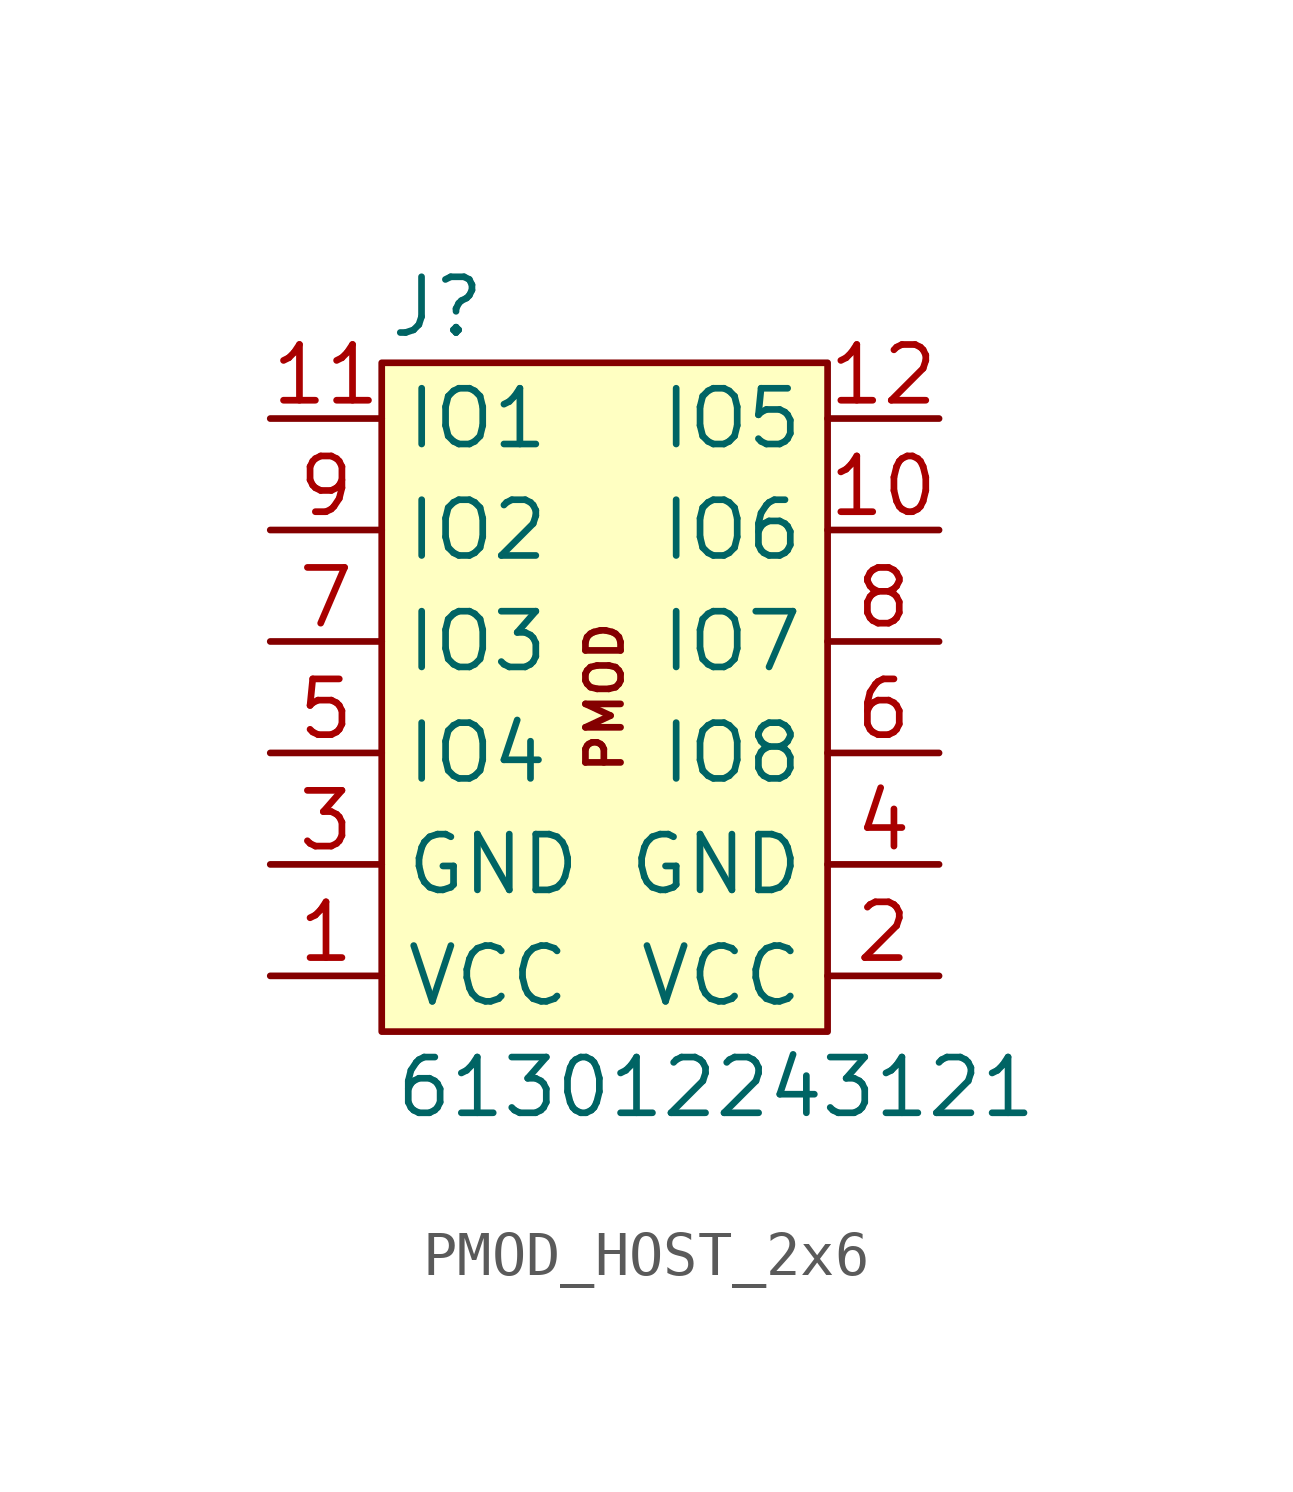
<source format=kicad_sym>
(kicad_symbol_lib
  (version 20220914)
  (generator kicad_symbol_editor)
  (symbol "PMOD_HOST_2x6"
    (property "Reference" "J"
      (at -3.81 12.7 0)
      (effects (font (size 1.27 1.27))))
    (property "Value" "613012243121"
      (at 2.54 -5.08 0)
      (effects (font (size 1.27 1.27))))
    (symbol "PMOD_HOST_2x6_1_1"
      (rectangle (start -5.08 11.43) (end 5.08 -3.81) (stroke (width 0) (type default)) (fill (type background)))
      (text "PMOD" (at 0 3.81 900) (effects (font (size 0.8 0.8))))
      (pin power_in line (at -7.62 -2.54 0) (length 2.54) (name "VCC" (effects (font (size 1.27 1.27)))) (number "1" (effects (font (size 1.27 1.27)))))
      (pin bidirectional line (at 7.62 7.62 180) (length 2.54) (name "IO6" (effects (font (size 1.27 1.27)))) (number "10" (effects (font (size 1.27 1.27)))))
      (pin bidirectional line (at -7.62 10.16 0) (length 2.54) (name "IO1" (effects (font (size 1.27 1.27)))) (number "11" (effects (font (size 1.27 1.27)))))
      (pin bidirectional line (at 7.62 10.16 180) (length 2.54) (name "IO5" (effects (font (size 1.27 1.27)))) (number "12" (effects (font (size 1.27 1.27)))))
      (pin power_in line (at 7.62 -2.54 180) (length 2.54) (name "VCC" (effects (font (size 1.27 1.27)))) (number "2" (effects (font (size 1.27 1.27)))))
      (pin power_in line (at -7.62 0 0) (length 2.54) (name "GND" (effects (font (size 1.27 1.27)))) (number "3" (effects (font (size 1.27 1.27)))))
      (pin power_in line (at 7.62 0 180) (length 2.54) (name "GND" (effects (font (size 1.27 1.27)))) (number "4" (effects (font (size 1.27 1.27)))))
      (pin bidirectional line (at -7.62 2.54 0) (length 2.54) (name "IO4" (effects (font (size 1.27 1.27)))) (number "5" (effects (font (size 1.27 1.27)))))
      (pin bidirectional line (at 7.62 2.54 180) (length 2.54) (name "IO8" (effects (font (size 1.27 1.27)))) (number "6" (effects (font (size 1.27 1.27)))))
      (pin bidirectional line (at -7.62 5.08 0) (length 2.54) (name "IO3" (effects (font (size 1.27 1.27)))) (number "7" (effects (font (size 1.27 1.27)))))
      (pin bidirectional line (at 7.62 5.08 180) (length 2.54) (name "IO7" (effects (font (size 1.27 1.27)))) (number "8" (effects (font (size 1.27 1.27)))))
      (pin bidirectional line (at -7.62 7.62 0) (length 2.54) (name "IO2" (effects (font (size 1.27 1.27)))) (number "9" (effects (font (size 1.27 1.27))))))))
</source>
